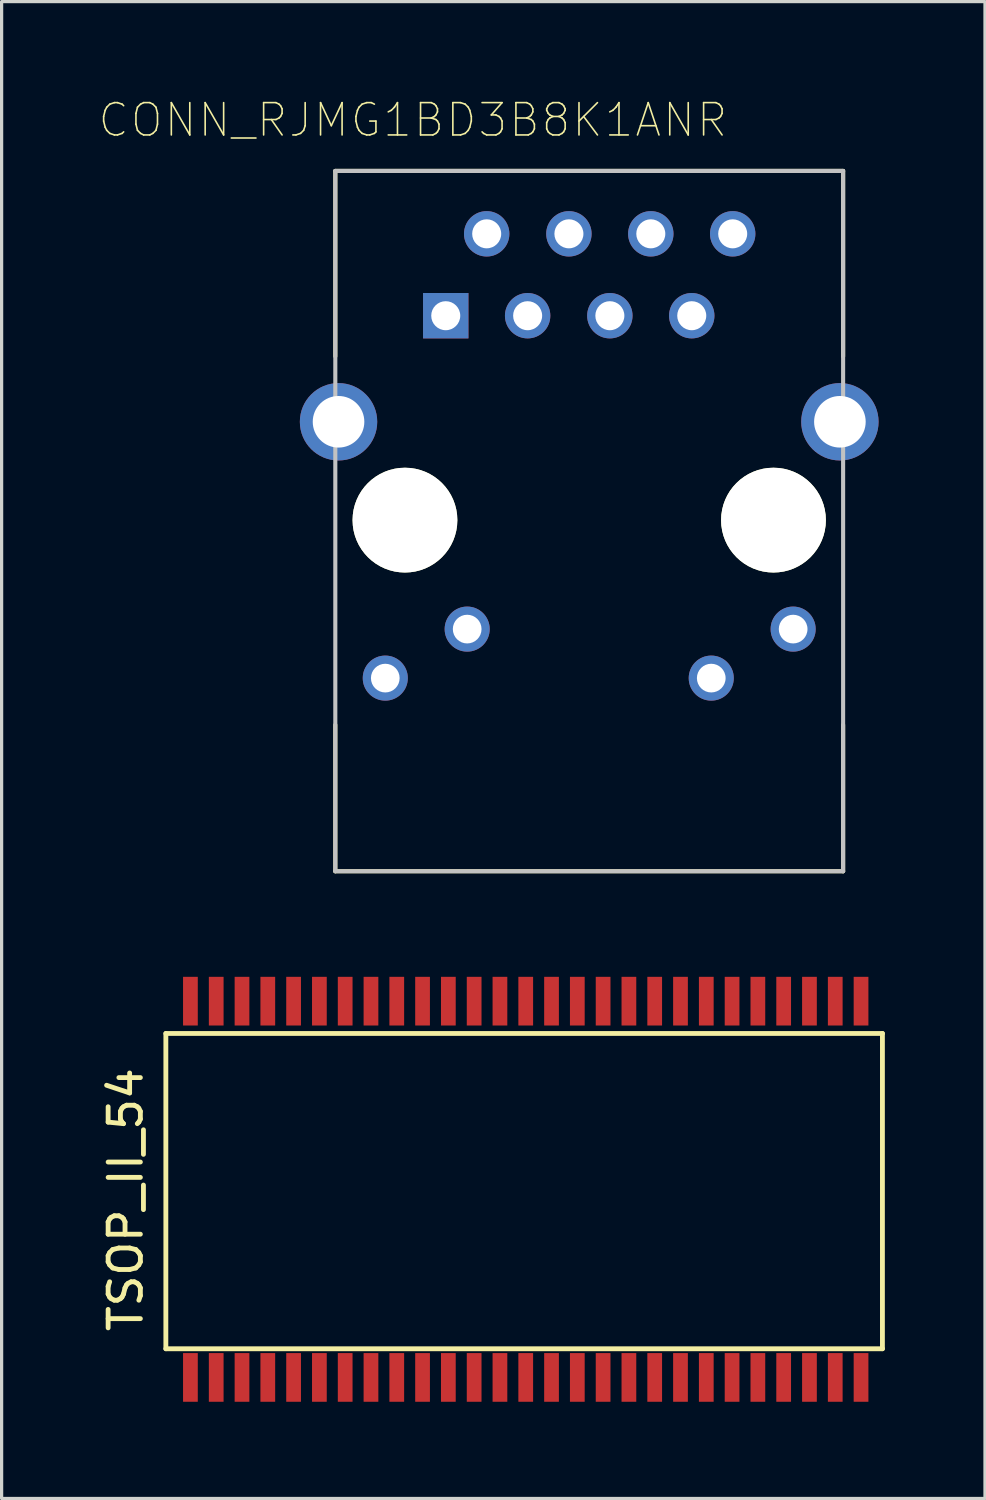
<source format=kicad_pcb>
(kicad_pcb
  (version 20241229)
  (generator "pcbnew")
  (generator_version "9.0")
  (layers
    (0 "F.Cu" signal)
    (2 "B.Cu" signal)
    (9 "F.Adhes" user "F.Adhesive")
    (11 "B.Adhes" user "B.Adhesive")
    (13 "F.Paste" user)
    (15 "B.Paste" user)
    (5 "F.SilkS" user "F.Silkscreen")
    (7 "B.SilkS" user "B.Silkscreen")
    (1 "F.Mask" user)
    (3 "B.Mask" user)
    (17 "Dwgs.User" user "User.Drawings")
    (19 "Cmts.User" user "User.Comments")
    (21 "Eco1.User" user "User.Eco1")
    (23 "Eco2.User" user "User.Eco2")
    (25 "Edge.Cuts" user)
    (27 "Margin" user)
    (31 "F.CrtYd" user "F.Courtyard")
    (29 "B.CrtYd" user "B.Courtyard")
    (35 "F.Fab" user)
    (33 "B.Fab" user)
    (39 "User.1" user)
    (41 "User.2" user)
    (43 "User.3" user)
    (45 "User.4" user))
  (footprint "TSOP_II_54"
    (layer "F.Cu")
    (at 2.856 39.672)
    (property "Reference" "TSOP_II_54" (at -2.007 -5.514 90) (layer "F.SilkS") (effects (font (size 1 1) (thickness 0.15))))
    (attr through_hole)
    (fp_line (start -0.762 -10.668) (end 21.463 -10.668) (stroke (width 0.15) (type solid)) (layer "F.SilkS"))
    (fp_line (start -0.762 -0.889) (end -0.762 -10.668) (stroke (width 0.15) (type solid)) (layer "F.SilkS"))
    (fp_line (start 21.463 -10.669) (end 21.463 -0.889) (stroke (width 0.15) (type solid)) (layer "F.SilkS"))
    (fp_line (start 21.463 -0.889) (end -0.762 -0.889) (stroke (width 0.15) (type solid)) (layer "F.SilkS"))
    (pad "1" smd rect (at 0 0) (size 0.457 1.51) (layers "F.Cu" "F.Mask" "F.Paste"))
    (pad "2" smd rect (at 0.8 0) (size 0.457 1.51) (layers "F.Cu" "F.Mask" "F.Paste"))
    (pad "3" smd rect (at 1.6 0) (size 0.457 1.51) (layers "F.Cu" "F.Mask" "F.Paste"))
    (pad "4" smd rect (at 2.4 0) (size 0.457 1.51) (layers "F.Cu" "F.Mask" "F.Paste"))
    (pad "5" smd rect (at 3.2 0) (size 0.457 1.51) (layers "F.Cu" "F.Mask" "F.Paste"))
    (pad "6" smd rect (at 4 0) (size 0.457 1.51) (layers "F.Cu" "F.Mask" "F.Paste"))
    (pad "7" smd rect (at 4.8 0) (size 0.457 1.51) (layers "F.Cu" "F.Mask" "F.Paste"))
    (pad "8" smd rect (at 5.6 0) (size 0.457 1.51) (layers "F.Cu" "F.Mask" "F.Paste"))
    (pad "9" smd rect (at 6.4 0) (size 0.457 1.51) (layers "F.Cu" "F.Mask" "F.Paste"))
    (pad "10" smd rect (at 7.2 0) (size 0.457 1.51) (layers "F.Cu" "F.Mask" "F.Paste"))
    (pad "11" smd rect (at 8 0) (size 0.457 1.51) (layers "F.Cu" "F.Mask" "F.Paste"))
    (pad "12" smd rect (at 8.8 0) (size 0.457 1.51) (layers "F.Cu" "F.Mask" "F.Paste"))
    (pad "13" smd rect (at 9.6 0) (size 0.457 1.51) (layers "F.Cu" "F.Mask" "F.Paste"))
    (pad "14" smd rect (at 10.4 0) (size 0.457 1.51) (layers "F.Cu" "F.Mask" "F.Paste"))
    (pad "15" smd rect (at 11.2 0) (size 0.457 1.51) (layers "F.Cu" "F.Mask" "F.Paste"))
    (pad "16" smd rect (at 12 0) (size 0.457 1.51) (layers "F.Cu" "F.Mask" "F.Paste"))
    (pad "17" smd rect (at 12.8 0) (size 0.457 1.51) (layers "F.Cu" "F.Mask" "F.Paste"))
    (pad "18" smd rect (at 13.6 0) (size 0.457 1.51) (layers "F.Cu" "F.Mask" "F.Paste"))
    (pad "19" smd rect (at 14.4 0) (size 0.457 1.51) (layers "F.Cu" "F.Mask" "F.Paste"))
    (pad "20" smd rect (at 15.2 0) (size 0.457 1.51) (layers "F.Cu" "F.Mask" "F.Paste"))
    (pad "21" smd rect (at 16 0) (size 0.457 1.51) (layers "F.Cu" "F.Mask" "F.Paste"))
    (pad "22" smd rect (at 16.8 0) (size 0.457 1.51) (layers "F.Cu" "F.Mask" "F.Paste"))
    (pad "23" smd rect (at 17.6 0) (size 0.457 1.51) (layers "F.Cu" "F.Mask" "F.Paste"))
    (pad "24" smd rect (at 18.4 0) (size 0.457 1.51) (layers "F.Cu" "F.Mask" "F.Paste"))
    (pad "25" smd rect (at 19.2 0) (size 0.457 1.51) (layers "F.Cu" "F.Mask" "F.Paste"))
    (pad "26" smd rect (at 20 0) (size 0.457 1.51) (layers "F.Cu" "F.Mask" "F.Paste"))
    (pad "27" smd rect (at 20.8 0) (size 0.457 1.51) (layers "F.Cu" "F.Mask" "F.Paste"))
    (pad "28" smd rect (at 20.8 -11.67) (size 0.457 1.51) (layers "F.Cu" "F.Mask" "F.Paste"))
    (pad "29" smd rect (at 20 -11.67) (size 0.457 1.51) (layers "F.Cu" "F.Mask" "F.Paste"))
    (pad "30" smd rect (at 19.2 -11.67) (size 0.457 1.51) (layers "F.Cu" "F.Mask" "F.Paste"))
    (pad "31" smd rect (at 18.4 -11.67) (size 0.457 1.51) (layers "F.Cu" "F.Mask" "F.Paste"))
    (pad "32" smd rect (at 17.6 -11.67) (size 0.457 1.51) (layers "F.Cu" "F.Mask" "F.Paste"))
    (pad "33" smd rect (at 16.8 -11.67) (size 0.457 1.51) (layers "F.Cu" "F.Mask" "F.Paste"))
    (pad "34" smd rect (at 16 -11.67) (size 0.457 1.51) (layers "F.Cu" "F.Mask" "F.Paste"))
    (pad "35" smd rect (at 15.2 -11.67) (size 0.457 1.51) (layers "F.Cu" "F.Mask" "F.Paste"))
    (pad "36" smd rect (at 14.4 -11.67) (size 0.457 1.51) (layers "F.Cu" "F.Mask" "F.Paste"))
    (pad "37" smd rect (at 13.6 -11.67) (size 0.457 1.51) (layers "F.Cu" "F.Mask" "F.Paste"))
    (pad "38" smd rect (at 12.8 -11.67) (size 0.457 1.51) (layers "F.Cu" "F.Mask" "F.Paste"))
    (pad "39" smd rect (at 12 -11.67) (size 0.457 1.51) (layers "F.Cu" "F.Mask" "F.Paste"))
    (pad "40" smd rect (at 11.2 -11.67) (size 0.457 1.51) (layers "F.Cu" "F.Mask" "F.Paste"))
    (pad "41" smd rect (at 10.4 -11.67) (size 0.457 1.51) (layers "F.Cu" "F.Mask" "F.Paste"))
    (pad "42" smd rect (at 9.6 -11.67) (size 0.457 1.51) (layers "F.Cu" "F.Mask" "F.Paste"))
    (pad "43" smd rect (at 8.8 -11.67) (size 0.457 1.51) (layers "F.Cu" "F.Mask" "F.Paste"))
    (pad "44" smd rect (at 8 -11.67) (size 0.457 1.51) (layers "F.Cu" "F.Mask" "F.Paste"))
    (pad "45" smd rect (at 7.2 -11.67) (size 0.457 1.51) (layers "F.Cu" "F.Mask" "F.Paste"))
    (pad "46" smd rect (at 6.4 -11.67) (size 0.457 1.51) (layers "F.Cu" "F.Mask" "F.Paste"))
    (pad "47" smd rect (at 5.6 -11.67) (size 0.457 1.51) (layers "F.Cu" "F.Mask" "F.Paste"))
    (pad "48" smd rect (at 4.8 -11.67) (size 0.457 1.51) (layers "F.Cu" "F.Mask" "F.Paste"))
    (pad "49" smd rect (at 4 -11.67) (size 0.457 1.51) (layers "F.Cu" "F.Mask" "F.Paste"))
    (pad "50" smd rect (at 3.2 -11.67) (size 0.457 1.51) (layers "F.Cu" "F.Mask" "F.Paste"))
    (pad "51" smd rect (at 2.4 -11.67) (size 0.457 1.51) (layers "F.Cu" "F.Mask" "F.Paste"))
    (pad "52" smd rect (at 1.6 -11.67) (size 0.457 1.51) (layers "F.Cu" "F.Mask" "F.Paste"))
    (pad "53" smd rect (at 0.8 -11.67) (size 0.457 1.51) (layers "F.Cu" "F.Mask" "F.Paste"))
    (pad "54" smd rect (at 0 -11.67) (size 0.457 1.51) (layers "F.Cu" "F.Mask" "F.Paste")))
  (footprint "CONN_RJMG1BD3B8K1ANR"
    (layer "F.Cu")
    (at 15.225 13.082)
    (property "Reference" "CONN_RJMG1BD3B8K1ANR" (at -5.47 -12.408 0) (layer "F.SilkS") (effects (font (size 1.002 1.002) (thickness 0.05))))
    (attr through_hole)
    (fp_line (start -7.875 -10.83) (end 7.875 -10.83) (stroke (width 0.127) (type solid)) (layer "F.SilkS"))
    (fp_line (start -7.875 -5.08) (end -7.875 -10.83) (stroke (width 0.127) (type solid)) (layer "F.SilkS"))
    (fp_line (start -7.875 6.35) (end -7.875 10.89) (stroke (width 0.127) (type solid)) (layer "F.SilkS"))
    (fp_line (start -7.875 10.89) (end 7.875 10.89) (stroke (width 0.127) (type solid)) (layer "F.SilkS"))
    (fp_line (start 7.875 -10.83) (end 7.875 -5.08) (stroke (width 0.127) (type solid)) (layer "F.SilkS"))
    (fp_line (start 7.875 10.89) (end 7.875 6.35) (stroke (width 0.127) (type solid)) (layer "F.SilkS"))
    (fp_line (start -7.875 -10.83) (end -7.875 10.89) (stroke (width 0.127) (type solid)) (layer "Dwgs.User"))
    (fp_line (start -7.875 10.89) (end 7.875 10.89) (stroke (width 0.127) (type solid)) (layer "Dwgs.User"))
    (fp_line (start 7.875 -10.83) (end -7.875 -10.83) (stroke (width 0.127) (type solid)) (layer "Dwgs.User"))
    (fp_line (start 7.875 10.89) (end 7.875 -10.83) (stroke (width 0.127) (type solid)) (layer "Dwgs.User"))
    (fp_line (start -9.25 -4.375) (end -8.125 -4.375) (stroke (width 0.05) (type solid)) (layer "Eco1.User"))
    (fp_line (start -9.25 -1.625) (end -9.25 -4.375) (stroke (width 0.05) (type solid)) (layer "Eco1.User"))
    (fp_line (start -8.125 -11.08) (end 8.125 -11.08) (stroke (width 0.05) (type solid)) (layer "Eco1.User"))
    (fp_line (start -8.125 -4.375) (end -8.125 -11.08) (stroke (width 0.05) (type solid)) (layer "Eco1.User"))
    (fp_line (start -8.125 -1.625) (end -9.25 -1.625) (stroke (width 0.05) (type solid)) (layer "Eco1.User"))
    (fp_line (start -8.125 11.14) (end -8.125 -1.625) (stroke (width 0.05) (type solid)) (layer "Eco1.User"))
    (fp_line (start 8.125 -11.08) (end 8.125 -4.375) (stroke (width 0.05) (type solid)) (layer "Eco1.User"))
    (fp_line (start 8.125 -4.375) (end 9.25 -4.375) (stroke (width 0.05) (type solid)) (layer "Eco1.User"))
    (fp_line (start 8.125 -1.625) (end 8.125 11.14) (stroke (width 0.05) (type solid)) (layer "Eco1.User"))
    (fp_line (start 8.125 11.14) (end -8.125 11.14) (stroke (width 0.05) (type solid)) (layer "Eco1.User"))
    (fp_line (start 9.25 -4.375) (end 9.25 -1.625) (stroke (width 0.05) (type solid)) (layer "Eco1.User"))
    (fp_line (start 9.25 -1.625) (end 8.125 -1.625) (stroke (width 0.05) (type solid)) (layer "Eco1.User"))
    (pad "" np_thru_hole circle (at -5.715 0) (size 3.25 3.25) (drill 3.25) (layers "*.Cu" "*.Mask" "F.SilkS"))
    (pad "" np_thru_hole circle (at 5.715 0) (size 3.25 3.25) (drill 3.25) (layers "*.Cu" "*.Mask" "F.SilkS"))
    (pad "1" thru_hole circle (at -7.775 -3.05) (size 2.4 2.4) (drill 1.6) (layers "*.Cu" "*.Mask"))
    (pad "2" thru_hole circle (at 7.775 -3.05) (size 2.4 2.4) (drill 1.6) (layers "*.Cu" "*.Mask"))
    (pad "L1" thru_hole circle (at 6.325 3.38) (size 1.398 1.398) (drill 0.89) (layers "*.Cu" "*.Mask"))
    (pad "L2" thru_hole circle (at 3.785 4.9) (size 1.398 1.398) (drill 0.89) (layers "*.Cu" "*.Mask"))
    (pad "L3" thru_hole circle (at -3.785 3.38) (size 1.398 1.398) (drill 0.89) (layers "*.Cu" "*.Mask"))
    (pad "L4" thru_hole circle (at -6.325 4.9) (size 1.398 1.398) (drill 0.89) (layers "*.Cu" "*.Mask"))
    (pad "R1" thru_hole rect (at -4.45 -6.34) (size 1.408 1.408) (drill 0.9) (layers "*.Cu" "*.Mask"))
    (pad "R2" thru_hole circle (at -3.18 -8.88) (size 1.408 1.408) (drill 0.9) (layers "*.Cu" "*.Mask"))
    (pad "R3" thru_hole circle (at -1.91 -6.34) (size 1.408 1.408) (drill 0.9) (layers "*.Cu" "*.Mask"))
    (pad "R4" thru_hole circle (at -0.63 -8.88) (size 1.408 1.408) (drill 0.9) (layers "*.Cu" "*.Mask"))
    (pad "R5" thru_hole circle (at 0.64 -6.34) (size 1.408 1.408) (drill 0.9) (layers "*.Cu" "*.Mask"))
    (pad "R6" thru_hole circle (at 1.91 -8.88) (size 1.408 1.408) (drill 0.9) (layers "*.Cu" "*.Mask"))
    (pad "R7" thru_hole circle (at 3.18 -6.34) (size 1.408 1.408) (drill 0.9) (layers "*.Cu" "*.Mask"))
    (pad "R8" thru_hole circle (at 4.45 -8.88) (size 1.408 1.408) (drill 0.9) (layers "*.Cu" "*.Mask")))
  (gr_rect
    (start -3 -3)
    (end 27.5 43.427)
    (stroke (width 0.1) (type default))
    (fill no)
    (layer "Edge.Cuts")))
</source>
